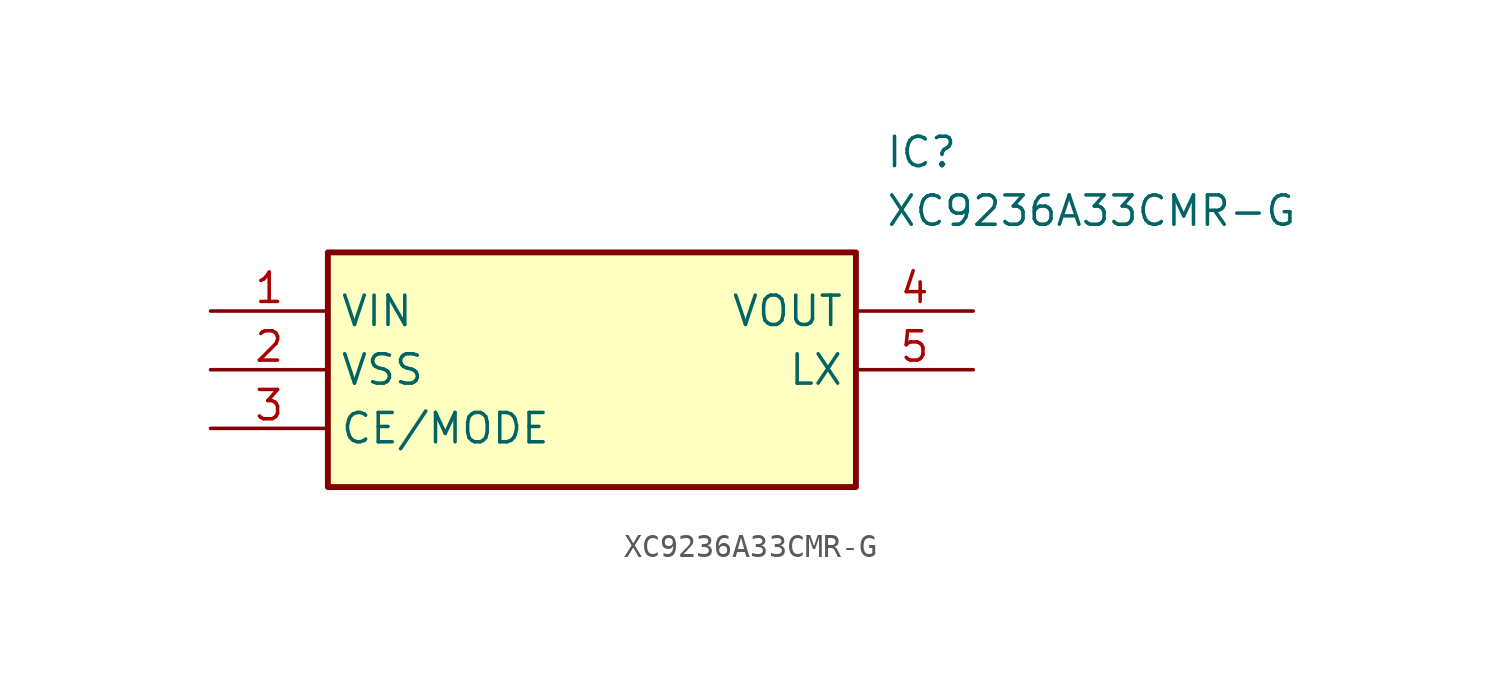
<source format=kicad_sym>
(kicad_symbol_lib
  (version 20211014)
  (generator SamacSys_ECAD_Model)
  (symbol "XC9236A33CMR-G"
    (property "Reference" "IC"
      (at 29.21 7.62 0)
      (effects (font (size 1.27 1.27)) (justify left top)))
    (property "Value" "XC9236A33CMR-G"
      (at 29.21 5.08 0)
      (effects (font (size 1.27 1.27)) (justify left top)))
    (rectangle
      (start 5.08 2.54)
      (end 27.94 -7.62)
      (stroke (width 0.254) (type default))
      (fill (type background)))
    (pin passive line
      (at 0 0 0)
      (length 5.08)
      (name "VIN" (effects (font (size 1.27 1.27))))
      (number "1" (effects (font (size 1.27 1.27)))))
    (pin passive line
      (at 0 -2.54 0)
      (length 5.08)
      (name "VSS" (effects (font (size 1.27 1.27))))
      (number "2" (effects (font (size 1.27 1.27)))))
    (pin passive line
      (at 0 -5.08 0)
      (length 5.08)
      (name "CE/MODE" (effects (font (size 1.27 1.27))))
      (number "3" (effects (font (size 1.27 1.27)))))
    (pin passive line
      (at 33.02 0 180)
      (length 5.08)
      (name "VOUT" (effects (font (size 1.27 1.27))))
      (number "4" (effects (font (size 1.27 1.27)))))
    (pin passive line
      (at 33.02 -2.54 180)
      (length 5.08)
      (name "LX" (effects (font (size 1.27 1.27))))
      (number "5" (effects (font (size 1.27 1.27)))))))
</source>
